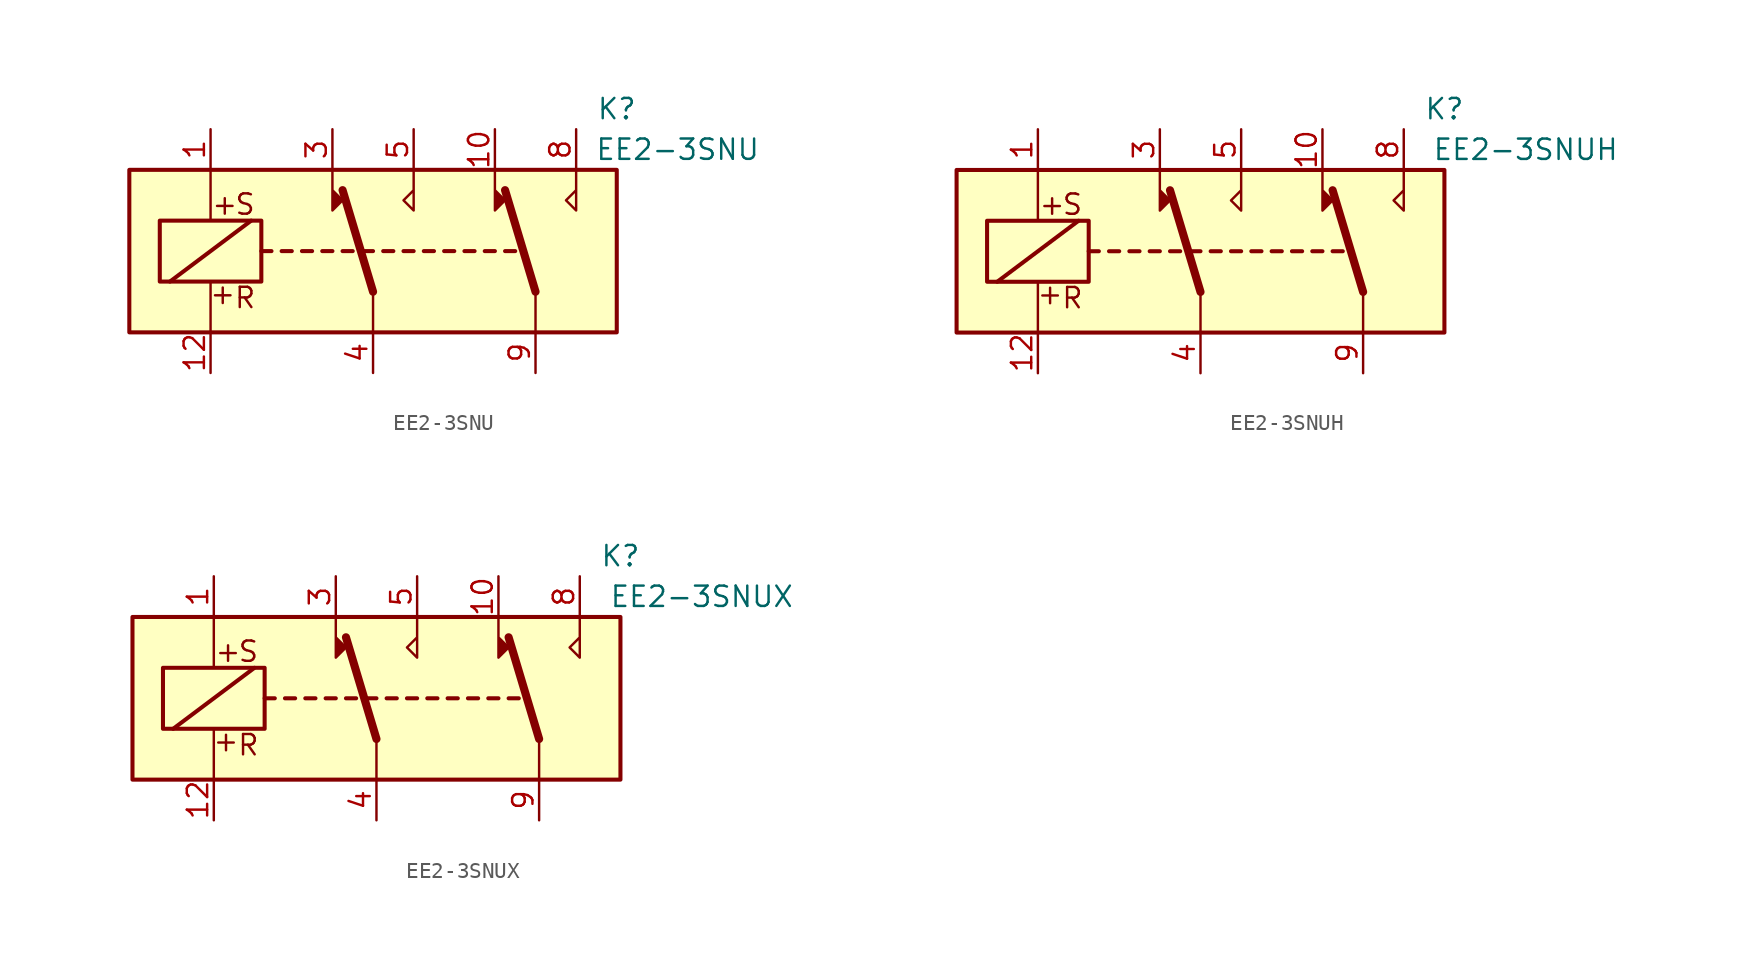
<source format=kicad_sym>
(kicad_symbol_lib
  (version 20231120)
  (generator "kicad_symbol_editor")
  (generator_version "8.0")
  (symbol "EE2-3SNU"
    (property "Reference" "K"
      (at 15.24 8.89 0)
      (effects (font (size 1.27 1.27))))
    (property "Value" "EE2-3SNU"
      (at 19.05 6.35 0)
      (effects (font (size 1.27 1.27))))
    (symbol "EE2-3SNU_1_1"
      (rectangle (start -15.24 5.08) (end 15.24 -5.08) (stroke (width 0.254) (type default)) (fill (type background)))
      (rectangle (start -13.335 1.905) (end -6.985 -1.905) (stroke (width 0.254) (type default)) (fill (type none)))
      (polyline (pts (xy -12.7 -1.905) (xy -7.62 1.905)) (stroke (width 0.254) (type default)) (fill (type none)))
      (polyline (pts (xy -10.16 -5.08) (xy -10.16 -1.905)) (stroke (width 0) (type default)) (fill (type none)))
      (polyline (pts (xy -10.16 5.08) (xy -10.16 1.905)) (stroke (width 0) (type default)) (fill (type none)))
      (polyline (pts (xy -6.985 0) (xy -6.35 0)) (stroke (width 0.254) (type default)) (fill (type none)))
      (polyline (pts (xy -5.715 0) (xy -5.08 0)) (stroke (width 0.254) (type default)) (fill (type none)))
      (polyline (pts (xy -4.445 0) (xy -3.81 0)) (stroke (width 0.254) (type default)) (fill (type none)))
      (polyline (pts (xy -3.175 0) (xy -2.54 0)) (stroke (width 0.254) (type default)) (fill (type none)))
      (polyline (pts (xy -1.905 0) (xy -1.27 0)) (stroke (width 0.254) (type default)) (fill (type none)))
      (polyline (pts (xy -0.635 0) (xy 0 0)) (stroke (width 0.254) (type default)) (fill (type none)))
      (polyline (pts (xy 0 -2.54) (xy -1.905 3.81)) (stroke (width 0.508) (type default)) (fill (type none)))
      (polyline (pts (xy 0 -2.54) (xy 0 -5.08)) (stroke (width 0) (type default)) (fill (type none)))
      (polyline (pts (xy 0.635 0) (xy 1.27 0)) (stroke (width 0.254) (type default)) (fill (type none)))
      (polyline (pts (xy 1.905 0) (xy 2.54 0)) (stroke (width 0.254) (type default)) (fill (type none)))
      (polyline (pts (xy 3.175 0) (xy 3.81 0)) (stroke (width 0.254) (type default)) (fill (type none)))
      (polyline (pts (xy 4.445 0) (xy 5.08 0)) (stroke (width 0.254) (type default)) (fill (type none)))
      (polyline (pts (xy 5.715 0) (xy 6.35 0)) (stroke (width 0.254) (type default)) (fill (type none)))
      (polyline (pts (xy 6.985 0) (xy 7.62 0)) (stroke (width 0.254) (type default)) (fill (type none)))
      (polyline (pts (xy 8.255 0) (xy 8.89 0)) (stroke (width 0.254) (type default)) (fill (type none)))
      (polyline (pts (xy 10.16 -2.54) (xy 8.255 3.81)) (stroke (width 0.508) (type default)) (fill (type none)))
      (polyline (pts (xy 10.16 -2.54) (xy 10.16 -5.08)) (stroke (width 0) (type default)) (fill (type none)))
      (polyline (pts (xy -2.54 5.08) (xy -2.54 2.54) (xy -1.905 3.175) (xy -2.54 3.81)) (stroke (width 0) (type default)) (fill (type outline)))
      (polyline (pts (xy 2.54 5.08) (xy 2.54 2.54) (xy 1.905 3.175) (xy 2.54 3.81)) (stroke (width 0) (type default)) (fill (type none)))
      (polyline (pts (xy 7.62 5.08) (xy 7.62 2.54) (xy 8.255 3.175) (xy 7.62 3.81)) (stroke (width 0) (type default)) (fill (type outline)))
      (polyline (pts (xy 12.7 5.08) (xy 12.7 2.54) (xy 12.065 3.175) (xy 12.7 3.81)) (stroke (width 0) (type default)) (fill (type none)))
      (text "+" (at -9.398 -2.667 0) (effects (font (size 1.27 1.27))))
      (text "+" (at -9.271 2.921 0) (effects (font (size 1.27 1.27))))
      (text "R" (at -8.001 -2.921 0) (effects (font (size 1.27 1.27))))
      (text "S" (at -8.001 2.921 0) (effects (font (size 1.27 1.27))))
      (pin passive line (at -10.16 7.62 270) (length 2.54) (name "~" (effects (font (size 1.27 1.27)))) (number "1" (effects (font (size 1.27 1.27)))))
      (pin passive line (at 7.62 7.62 270) (length 2.54) (name "~" (effects (font (size 1.27 1.27)))) (number "10" (effects (font (size 1.27 1.27)))))
      (pin passive line (at -10.16 -7.62 90) (length 2.54) (name "~" (effects (font (size 1.27 1.27)))) (number "12" (effects (font (size 1.27 1.27)))))
      (pin passive line (at -2.54 7.62 270) (length 2.54) (name "~" (effects (font (size 1.27 1.27)))) (number "3" (effects (font (size 1.27 1.27)))))
      (pin passive line (at 0 -7.62 90) (length 2.54) (name "~" (effects (font (size 1.27 1.27)))) (number "4" (effects (font (size 1.27 1.27)))))
      (pin passive line (at 2.54 7.62 270) (length 2.54) (name "~" (effects (font (size 1.27 1.27)))) (number "5" (effects (font (size 1.27 1.27)))))
      (pin passive line (at 12.7 7.62 270) (length 2.54) (name "~" (effects (font (size 1.27 1.27)))) (number "8" (effects (font (size 1.27 1.27)))))
      (pin passive line (at 10.16 -7.62 90) (length 2.54) (name "~" (effects (font (size 1.27 1.27)))) (number "9" (effects (font (size 1.27 1.27)))))))
  (symbol "EE2-3SNUH"
    (property "Reference" "K"
      (at 15.24 8.89 0)
      (effects (font (size 1.27 1.27))))
    (property "Value" "EE2-3SNUH"
      (at 20.32 6.35 0)
      (effects (font (size 1.27 1.27))))
    (symbol "EE2-3SNUH_1_1"
      (rectangle (start -15.24 5.08) (end 15.24 -5.08) (stroke (width 0.254) (type default)) (fill (type background)))
      (rectangle (start -13.335 1.905) (end -6.985 -1.905) (stroke (width 0.254) (type default)) (fill (type none)))
      (polyline (pts (xy -12.7 -1.905) (xy -7.62 1.905)) (stroke (width 0.254) (type default)) (fill (type none)))
      (polyline (pts (xy -10.16 -5.08) (xy -10.16 -1.905)) (stroke (width 0) (type default)) (fill (type none)))
      (polyline (pts (xy -10.16 5.08) (xy -10.16 1.905)) (stroke (width 0) (type default)) (fill (type none)))
      (polyline (pts (xy -6.985 0) (xy -6.35 0)) (stroke (width 0.254) (type default)) (fill (type none)))
      (polyline (pts (xy -5.715 0) (xy -5.08 0)) (stroke (width 0.254) (type default)) (fill (type none)))
      (polyline (pts (xy -4.445 0) (xy -3.81 0)) (stroke (width 0.254) (type default)) (fill (type none)))
      (polyline (pts (xy -3.175 0) (xy -2.54 0)) (stroke (width 0.254) (type default)) (fill (type none)))
      (polyline (pts (xy -1.905 0) (xy -1.27 0)) (stroke (width 0.254) (type default)) (fill (type none)))
      (polyline (pts (xy -0.635 0) (xy 0 0)) (stroke (width 0.254) (type default)) (fill (type none)))
      (polyline (pts (xy 0 -2.54) (xy -1.905 3.81)) (stroke (width 0.508) (type default)) (fill (type none)))
      (polyline (pts (xy 0 -2.54) (xy 0 -5.08)) (stroke (width 0) (type default)) (fill (type none)))
      (polyline (pts (xy 0.635 0) (xy 1.27 0)) (stroke (width 0.254) (type default)) (fill (type none)))
      (polyline (pts (xy 1.905 0) (xy 2.54 0)) (stroke (width 0.254) (type default)) (fill (type none)))
      (polyline (pts (xy 3.175 0) (xy 3.81 0)) (stroke (width 0.254) (type default)) (fill (type none)))
      (polyline (pts (xy 4.445 0) (xy 5.08 0)) (stroke (width 0.254) (type default)) (fill (type none)))
      (polyline (pts (xy 5.715 0) (xy 6.35 0)) (stroke (width 0.254) (type default)) (fill (type none)))
      (polyline (pts (xy 6.985 0) (xy 7.62 0)) (stroke (width 0.254) (type default)) (fill (type none)))
      (polyline (pts (xy 8.255 0) (xy 8.89 0)) (stroke (width 0.254) (type default)) (fill (type none)))
      (polyline (pts (xy 10.16 -2.54) (xy 8.255 3.81)) (stroke (width 0.508) (type default)) (fill (type none)))
      (polyline (pts (xy 10.16 -2.54) (xy 10.16 -5.08)) (stroke (width 0) (type default)) (fill (type none)))
      (polyline (pts (xy -2.54 5.08) (xy -2.54 2.54) (xy -1.905 3.175) (xy -2.54 3.81)) (stroke (width 0) (type default)) (fill (type outline)))
      (polyline (pts (xy 2.54 5.08) (xy 2.54 2.54) (xy 1.905 3.175) (xy 2.54 3.81)) (stroke (width 0) (type default)) (fill (type none)))
      (polyline (pts (xy 7.62 5.08) (xy 7.62 2.54) (xy 8.255 3.175) (xy 7.62 3.81)) (stroke (width 0) (type default)) (fill (type outline)))
      (polyline (pts (xy 12.7 5.08) (xy 12.7 2.54) (xy 12.065 3.175) (xy 12.7 3.81)) (stroke (width 0) (type default)) (fill (type none)))
      (text "+" (at -9.398 -2.667 0) (effects (font (size 1.27 1.27))))
      (text "+" (at -9.271 2.921 0) (effects (font (size 1.27 1.27))))
      (text "R" (at -8.001 -2.921 0) (effects (font (size 1.27 1.27))))
      (text "S" (at -8.001 2.921 0) (effects (font (size 1.27 1.27))))
      (pin passive line (at -10.16 7.62 270) (length 2.54) (name "~" (effects (font (size 1.27 1.27)))) (number "1" (effects (font (size 1.27 1.27)))))
      (pin passive line (at 7.62 7.62 270) (length 2.54) (name "~" (effects (font (size 1.27 1.27)))) (number "10" (effects (font (size 1.27 1.27)))))
      (pin passive line (at -10.16 -7.62 90) (length 2.54) (name "~" (effects (font (size 1.27 1.27)))) (number "12" (effects (font (size 1.27 1.27)))))
      (pin passive line (at -2.54 7.62 270) (length 2.54) (name "~" (effects (font (size 1.27 1.27)))) (number "3" (effects (font (size 1.27 1.27)))))
      (pin passive line (at 0 -7.62 90) (length 2.54) (name "~" (effects (font (size 1.27 1.27)))) (number "4" (effects (font (size 1.27 1.27)))))
      (pin passive line (at 2.54 7.62 270) (length 2.54) (name "~" (effects (font (size 1.27 1.27)))) (number "5" (effects (font (size 1.27 1.27)))))
      (pin passive line (at 12.7 7.62 270) (length 2.54) (name "~" (effects (font (size 1.27 1.27)))) (number "8" (effects (font (size 1.27 1.27)))))
      (pin passive line (at 10.16 -7.62 90) (length 2.54) (name "~" (effects (font (size 1.27 1.27)))) (number "9" (effects (font (size 1.27 1.27)))))))
  (symbol "EE2-3SNUX"
    (property "Reference" "K"
      (at 15.24 8.89 0)
      (effects (font (size 1.27 1.27))))
    (property "Value" "EE2-3SNUX"
      (at 20.32 6.35 0)
      (effects (font (size 1.27 1.27))))
    (symbol "EE2-3SNUX_1_1"
      (rectangle (start -15.24 5.08) (end 15.24 -5.08) (stroke (width 0.254) (type default)) (fill (type background)))
      (rectangle (start -13.335 1.905) (end -6.985 -1.905) (stroke (width 0.254) (type default)) (fill (type none)))
      (polyline (pts (xy -12.7 -1.905) (xy -7.62 1.905)) (stroke (width 0.254) (type default)) (fill (type none)))
      (polyline (pts (xy -10.16 -5.08) (xy -10.16 -1.905)) (stroke (width 0) (type default)) (fill (type none)))
      (polyline (pts (xy -10.16 5.08) (xy -10.16 1.905)) (stroke (width 0) (type default)) (fill (type none)))
      (polyline (pts (xy -6.985 0) (xy -6.35 0)) (stroke (width 0.254) (type default)) (fill (type none)))
      (polyline (pts (xy -5.715 0) (xy -5.08 0)) (stroke (width 0.254) (type default)) (fill (type none)))
      (polyline (pts (xy -4.445 0) (xy -3.81 0)) (stroke (width 0.254) (type default)) (fill (type none)))
      (polyline (pts (xy -3.175 0) (xy -2.54 0)) (stroke (width 0.254) (type default)) (fill (type none)))
      (polyline (pts (xy -1.905 0) (xy -1.27 0)) (stroke (width 0.254) (type default)) (fill (type none)))
      (polyline (pts (xy -0.635 0) (xy 0 0)) (stroke (width 0.254) (type default)) (fill (type none)))
      (polyline (pts (xy 0 -2.54) (xy -1.905 3.81)) (stroke (width 0.508) (type default)) (fill (type none)))
      (polyline (pts (xy 0 -2.54) (xy 0 -5.08)) (stroke (width 0) (type default)) (fill (type none)))
      (polyline (pts (xy 0.635 0) (xy 1.27 0)) (stroke (width 0.254) (type default)) (fill (type none)))
      (polyline (pts (xy 1.905 0) (xy 2.54 0)) (stroke (width 0.254) (type default)) (fill (type none)))
      (polyline (pts (xy 3.175 0) (xy 3.81 0)) (stroke (width 0.254) (type default)) (fill (type none)))
      (polyline (pts (xy 4.445 0) (xy 5.08 0)) (stroke (width 0.254) (type default)) (fill (type none)))
      (polyline (pts (xy 5.715 0) (xy 6.35 0)) (stroke (width 0.254) (type default)) (fill (type none)))
      (polyline (pts (xy 6.985 0) (xy 7.62 0)) (stroke (width 0.254) (type default)) (fill (type none)))
      (polyline (pts (xy 8.255 0) (xy 8.89 0)) (stroke (width 0.254) (type default)) (fill (type none)))
      (polyline (pts (xy 10.16 -2.54) (xy 8.255 3.81)) (stroke (width 0.508) (type default)) (fill (type none)))
      (polyline (pts (xy 10.16 -2.54) (xy 10.16 -5.08)) (stroke (width 0) (type default)) (fill (type none)))
      (polyline (pts (xy -2.54 5.08) (xy -2.54 2.54) (xy -1.905 3.175) (xy -2.54 3.81)) (stroke (width 0) (type default)) (fill (type outline)))
      (polyline (pts (xy 2.54 5.08) (xy 2.54 2.54) (xy 1.905 3.175) (xy 2.54 3.81)) (stroke (width 0) (type default)) (fill (type none)))
      (polyline (pts (xy 7.62 5.08) (xy 7.62 2.54) (xy 8.255 3.175) (xy 7.62 3.81)) (stroke (width 0) (type default)) (fill (type outline)))
      (polyline (pts (xy 12.7 5.08) (xy 12.7 2.54) (xy 12.065 3.175) (xy 12.7 3.81)) (stroke (width 0) (type default)) (fill (type none)))
      (text "+" (at -9.398 -2.667 0) (effects (font (size 1.27 1.27))))
      (text "+" (at -9.271 2.921 0) (effects (font (size 1.27 1.27))))
      (text "R" (at -8.001 -2.921 0) (effects (font (size 1.27 1.27))))
      (text "S" (at -8.001 2.921 0) (effects (font (size 1.27 1.27))))
      (pin passive line (at -10.16 7.62 270) (length 2.54) (name "~" (effects (font (size 1.27 1.27)))) (number "1" (effects (font (size 1.27 1.27)))))
      (pin passive line (at 7.62 7.62 270) (length 2.54) (name "~" (effects (font (size 1.27 1.27)))) (number "10" (effects (font (size 1.27 1.27)))))
      (pin passive line (at -10.16 -7.62 90) (length 2.54) (name "~" (effects (font (size 1.27 1.27)))) (number "12" (effects (font (size 1.27 1.27)))))
      (pin passive line (at -2.54 7.62 270) (length 2.54) (name "~" (effects (font (size 1.27 1.27)))) (number "3" (effects (font (size 1.27 1.27)))))
      (pin passive line (at 0 -7.62 90) (length 2.54) (name "~" (effects (font (size 1.27 1.27)))) (number "4" (effects (font (size 1.27 1.27)))))
      (pin passive line (at 2.54 7.62 270) (length 2.54) (name "~" (effects (font (size 1.27 1.27)))) (number "5" (effects (font (size 1.27 1.27)))))
      (pin passive line (at 12.7 7.62 270) (length 2.54) (name "~" (effects (font (size 1.27 1.27)))) (number "8" (effects (font (size 1.27 1.27)))))
      (pin passive line (at 10.16 -7.62 90) (length 2.54) (name "~" (effects (font (size 1.27 1.27)))) (number "9" (effects (font (size 1.27 1.27))))))))
</source>
